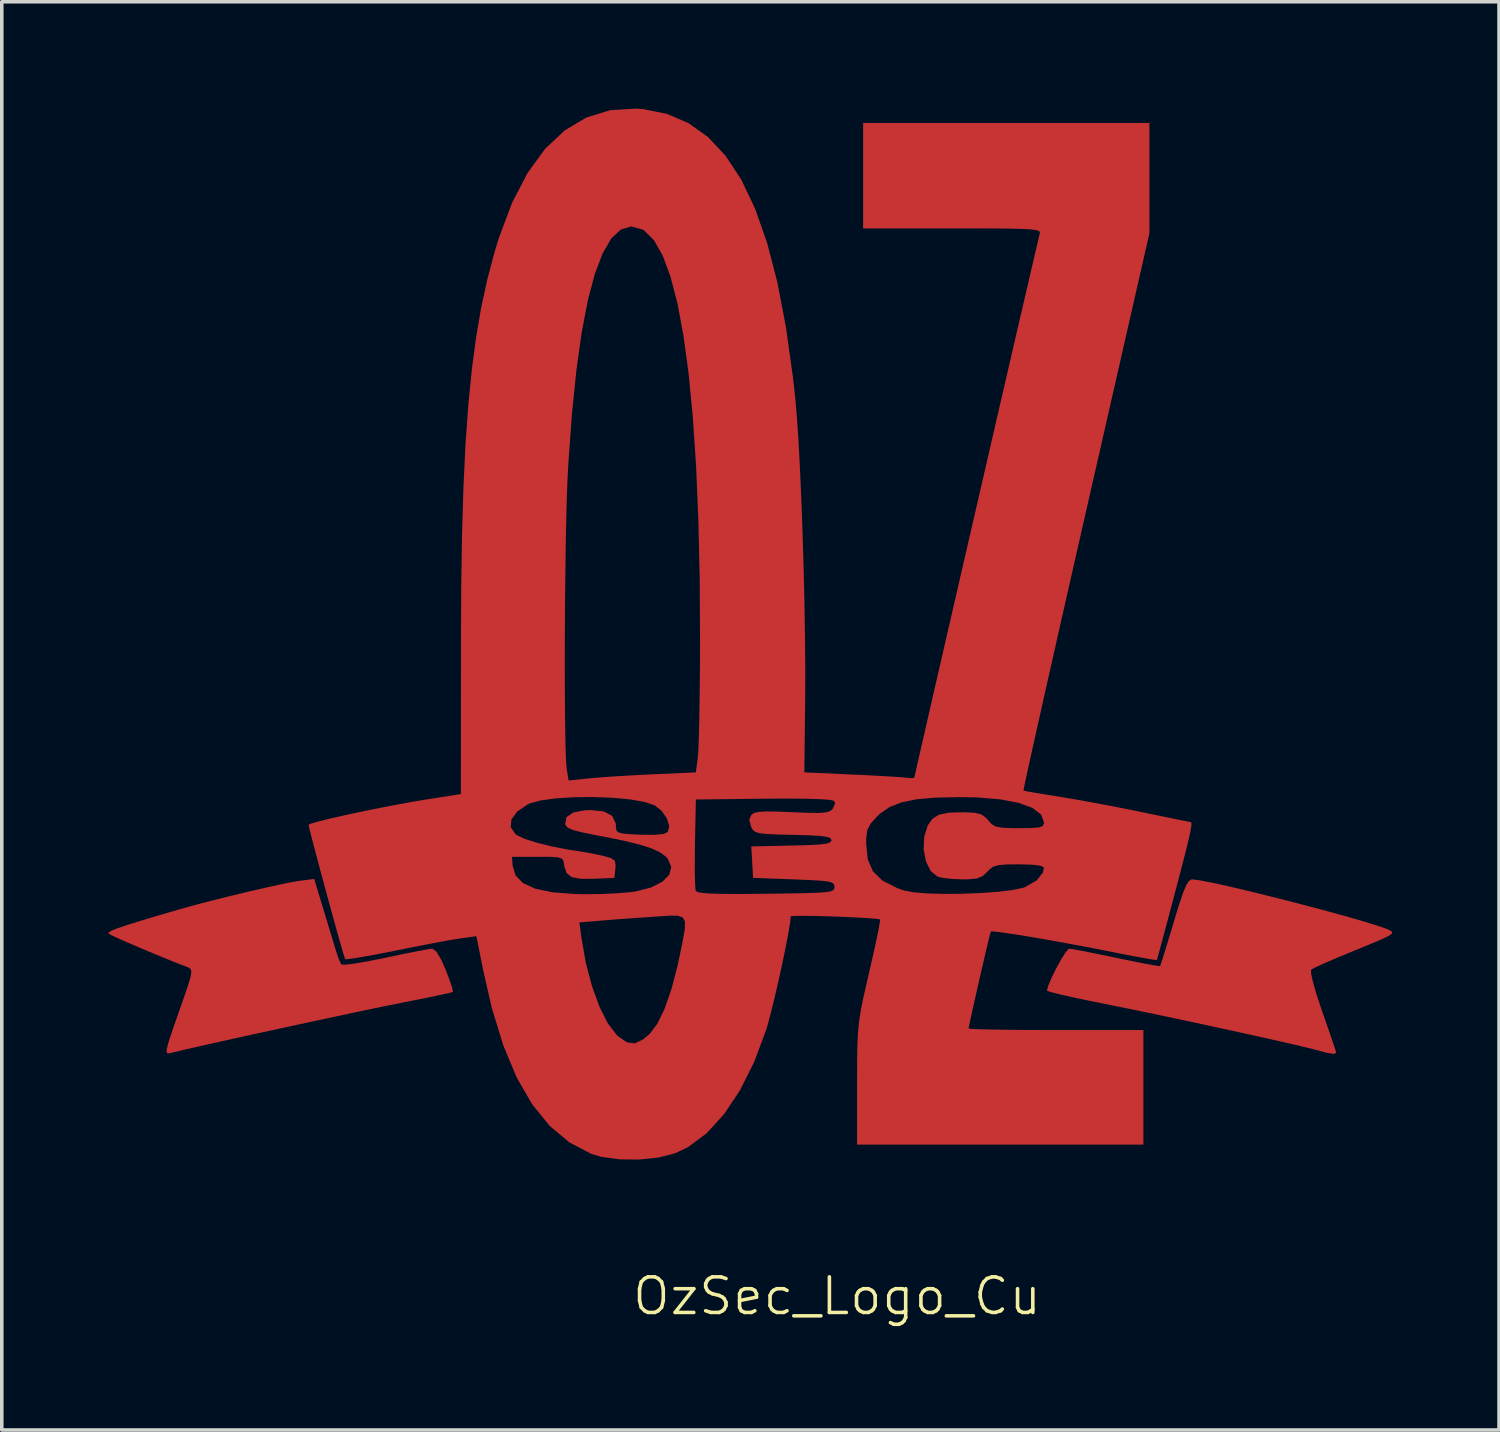
<source format=kicad_pcb>
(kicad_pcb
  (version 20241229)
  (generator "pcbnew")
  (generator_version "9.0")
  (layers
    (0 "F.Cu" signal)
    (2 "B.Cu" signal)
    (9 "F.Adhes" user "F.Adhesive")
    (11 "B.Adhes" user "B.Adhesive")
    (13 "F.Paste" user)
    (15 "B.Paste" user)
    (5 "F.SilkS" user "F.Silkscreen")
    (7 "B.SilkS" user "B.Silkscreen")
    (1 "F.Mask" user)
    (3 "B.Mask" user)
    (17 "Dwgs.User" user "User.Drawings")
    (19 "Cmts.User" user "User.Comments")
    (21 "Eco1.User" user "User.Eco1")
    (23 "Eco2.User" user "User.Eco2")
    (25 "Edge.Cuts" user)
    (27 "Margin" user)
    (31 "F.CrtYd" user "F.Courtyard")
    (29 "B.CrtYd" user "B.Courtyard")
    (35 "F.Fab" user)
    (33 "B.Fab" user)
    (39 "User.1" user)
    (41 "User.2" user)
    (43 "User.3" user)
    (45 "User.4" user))
  (footprint "OzSec_Logo_Cu"
    (layer "F.Cu")
    (at 20.314 18.902)
    (property "Reference" "OzSec_Logo_Cu" (at 0.15 14.46 0) (unlocked yes) (layer "F.SilkS") (effects (font (size 1 1) (thickness 0.1))))
    (attr smd)
    (fp_poly (pts (xy -14.273 3.613) (xy -14.153 4.008) (xy -14.043 4.374) (xy -13.956 4.66) (xy -13.918 4.784) (xy -13.844 4.997) (xy -13.779 5.133) (xy -13.772 5.143) (xy -13.673 5.149) (xy -13.44 5.122) (xy -13.105 5.066) (xy -12.697 4.987) (xy -12.534 4.953) (xy -12.1 4.861) (xy -11.717 4.785) (xy -11.421 4.729) (xy -11.244 4.701) (xy -11.218 4.699) (xy -11.104 4.781) (xy -10.961 5.024) (xy -10.843 5.292) (xy -10.734 5.579) (xy -10.661 5.798) (xy -10.637 5.909) (xy -10.639 5.914) (xy -10.73 5.939) (xy -10.959 5.99) (xy -11.298 6.061) (xy -11.719 6.146) (xy -12.071 6.216) (xy -12.438 6.289) (xy -12.917 6.388) (xy -13.482 6.507) (xy -14.11 6.641) (xy -14.777 6.784) (xy -15.458 6.932) (xy -16.13 7.078) (xy -16.768 7.218) (xy -17.348 7.347) (xy -17.846 7.459) (xy -18.238 7.549) (xy -18.5 7.611) (xy -18.571 7.63) (xy -18.643 7.643) (xy -18.681 7.62) (xy -18.683 7.538) (xy -18.644 7.374) (xy -18.558 7.106) (xy -18.422 6.711) (xy -18.342 6.484) (xy -18.181 6.024) (xy -18.071 5.698) (xy -18.008 5.482) (xy -17.988 5.349) (xy -18.005 5.276) (xy -18.055 5.236) (xy -18.107 5.214) (xy -18.432 5.087) (xy -18.808 4.935) (xy -19.203 4.771) (xy -19.583 4.61) (xy -19.914 4.466) (xy -20.165 4.353) (xy -20.301 4.285) (xy -20.314 4.276) (xy -20.312 4.242) (xy -20.235 4.195) (xy -20.068 4.127) (xy -19.796 4.035) (xy -19.403 3.912) (xy -18.874 3.754) (xy -18.379 3.609) (xy -17.951 3.489) (xy -17.446 3.357) (xy -16.901 3.22) (xy -16.354 3.089) (xy -15.843 2.971) (xy -15.404 2.876) (xy -15.075 2.813) (xy -14.977 2.797) (xy -14.538 2.738)) (stroke (width 0) (type solid)) (fill yes) (layer "F.Cu"))
    (fp_poly (pts (xy 10.316 2.774) (xy 10.643 2.836) (xy 11.079 2.931) (xy 11.599 3.052) (xy 12.177 3.193) (xy 12.785 3.346) (xy 13.399 3.506) (xy 13.991 3.664) (xy 14.535 3.815) (xy 15.006 3.952) (xy 15.376 4.067) (xy 15.62 4.155) (xy 15.684 4.184) (xy 15.738 4.221) (xy 15.747 4.26) (xy 15.692 4.311) (xy 15.553 4.386) (xy 15.313 4.493) (xy 14.951 4.644) (xy 14.514 4.823) (xy 14.135 4.98) (xy 13.812 5.121) (xy 13.579 5.228) (xy 13.469 5.289) (xy 13.467 5.291) (xy 13.466 5.394) (xy 13.518 5.626) (xy 13.613 5.959) (xy 13.746 6.364) (xy 13.784 6.476) (xy 13.926 6.88) (xy 14.044 7.225) (xy 14.13 7.479) (xy 14.172 7.613) (xy 14.175 7.626) (xy 14.101 7.655) (xy 13.893 7.621) (xy 13.71 7.57) (xy 13.514 7.518) (xy 13.176 7.436) (xy 12.721 7.331) (xy 12.173 7.207) (xy 11.555 7.071) (xy 10.894 6.926) (xy 10.211 6.778) (xy 9.532 6.633) (xy 8.882 6.496) (xy 8.283 6.373) (xy 7.76 6.267) (xy 7.677 6.251) (xy 7.177 6.15) (xy 6.739 6.057) (xy 6.388 5.977) (xy 6.15 5.916) (xy 6.049 5.88) (xy 6.047 5.877) (xy 6.084 5.736) (xy 6.179 5.512) (xy 6.308 5.251) (xy 6.447 4.999) (xy 6.572 4.801) (xy 6.658 4.703) (xy 6.67 4.699) (xy 6.789 4.716) (xy 7.042 4.762) (xy 7.395 4.832) (xy 7.815 4.918) (xy 7.993 4.956) (xy 8.421 5.045) (xy 8.786 5.117) (xy 9.057 5.167) (xy 9.206 5.189) (xy 9.225 5.189) (xy 9.255 5.104) (xy 9.325 4.885) (xy 9.425 4.562) (xy 9.546 4.163) (xy 9.607 3.958) (xy 9.754 3.479) (xy 9.867 3.141) (xy 9.957 2.922) (xy 10.032 2.801) (xy 10.102 2.755) (xy 10.126 2.752)) (stroke (width 0) (type solid)) (fill yes) (layer "F.Cu"))
    (fp_poly (pts (xy -5.3 -18.887) (xy -4.631 -18.754) (xy -4.023 -18.493) (xy -3.473 -18.101) (xy -2.979 -17.573) (xy -2.54 -16.905) (xy -2.153 -16.094) (xy -1.816 -15.136) (xy -1.527 -14.026) (xy -1.285 -12.762) (xy -1.086 -11.338) (xy -1.024 -10.773) (xy -0.977 -10.236) (xy -0.932 -9.557) (xy -0.89 -8.764) (xy -0.851 -7.886) (xy -0.817 -6.948) (xy -0.788 -5.98) (xy -0.765 -5.009) (xy -0.75 -4.062) (xy -0.742 -3.168) (xy -0.744 -2.353) (xy -0.746 -2.159) (xy -0.768 -0.254) (xy 0.544 -0.195) (xy 1.017 -0.173) (xy 1.446 -0.15) (xy 1.795 -0.129) (xy 2.028 -0.111) (xy 2.089 -0.104) (xy 2.257 -0.091) (xy 2.322 -0.106) (xy 2.341 -0.193) (xy 2.394 -0.43) (xy 2.479 -0.805) (xy 2.593 -1.302) (xy 2.732 -1.908) (xy 2.892 -2.609) (xy 3.072 -3.39) (xy 3.267 -4.238) (xy 3.474 -5.138) (xy 3.69 -6.076) (xy 3.912 -7.039) (xy 4.136 -8.012) (xy 4.36 -8.981) (xy 4.579 -9.933) (xy 4.791 -10.852) (xy 4.993 -11.726) (xy 5.181 -12.539) (xy 5.353 -13.278) (xy 5.504 -13.929) (xy 5.631 -14.478) (xy 5.732 -14.91) (xy 5.803 -15.212) (xy 5.84 -15.369) (xy 5.845 -15.388) (xy 5.849 -15.43) (xy 5.82 -15.464) (xy 5.74 -15.489) (xy 5.593 -15.508) (xy 5.36 -15.521) (xy 5.025 -15.529) (xy 4.57 -15.534) (xy 3.976 -15.536) (xy 3.386 -15.536) (xy 0.883 -15.536) (xy 0.883 -17.018) (xy 0.883 -18.499) (xy 4.904 -18.499) (xy 8.926 -18.499) (xy 8.926 -16.95) (xy 8.926 -15.401) (xy 7.145 -7.584) (xy 6.89 -6.463) (xy 6.646 -5.389) (xy 6.416 -4.375) (xy 6.203 -3.431) (xy 6.009 -2.569) (xy 5.837 -1.8) (xy 5.688 -1.136) (xy 5.567 -0.587) (xy 5.475 -0.167) (xy 5.415 0.116) (xy 5.389 0.247) (xy 5.388 0.256) (xy 5.476 0.277) (xy 5.697 0.317) (xy 6.016 0.369) (xy 6.344 0.421) (xy 6.766 0.491) (xy 7.296 0.586) (xy 7.878 0.695) (xy 8.453 0.809) (xy 8.67 0.854) (xy 9.132 0.949) (xy 9.532 1.032) (xy 9.843 1.095) (xy 10.036 1.134) (xy 10.088 1.143) (xy 10.107 1.169) (xy 10.103 1.258) (xy 10.073 1.427) (xy 10.013 1.693) (xy 9.919 2.072) (xy 9.787 2.583) (xy 9.631 3.175) (xy 9.491 3.703) (xy 9.365 4.173) (xy 9.261 4.561) (xy 9.184 4.844) (xy 9.141 4.997) (xy 9.134 5.018) (xy 9.051 5.01) (xy 8.829 4.973) (xy 8.494 4.911) (xy 8.073 4.83) (xy 7.647 4.746) (xy 7.105 4.64) (xy 6.553 4.537) (xy 6.017 4.441) (xy 5.522 4.356) (xy 5.094 4.288) (xy 4.759 4.239) (xy 4.542 4.215) (xy 4.47 4.217) (xy 4.446 4.3) (xy 4.394 4.515) (xy 4.32 4.828) (xy 4.232 5.206) (xy 4.138 5.614) (xy 4.046 6.019) (xy 3.963 6.389) (xy 3.897 6.688) (xy 3.856 6.883) (xy 3.846 6.941) (xy 3.927 6.953) (xy 4.157 6.963) (xy 4.513 6.971) (xy 4.976 6.978) (xy 5.524 6.983) (xy 6.136 6.985) (xy 6.301 6.985) (xy 8.757 6.985) (xy 8.757 8.594) (xy 8.757 10.203) (xy 4.735 10.203) (xy 0.713 10.203) (xy 0.713 8.512) (xy 0.714 7.931) (xy 0.72 7.479) (xy 0.735 7.113) (xy 0.764 6.793) (xy 0.81 6.478) (xy 0.879 6.125) (xy 0.976 5.695) (xy 1.052 5.365) (xy 1.16 4.893) (xy 1.25 4.482) (xy 1.317 4.158) (xy 1.355 3.948) (xy 1.361 3.879) (xy 1.267 3.861) (xy 1.043 3.842) (xy 0.726 3.823) (xy 0.351 3.806) (xy -0.046 3.791) (xy -0.43 3.781) (xy -0.764 3.776) (xy -1.013 3.777) (xy -1.14 3.786) (xy -1.149 3.791) (xy -1.169 3.974) (xy -1.221 4.285) (xy -1.299 4.69) (xy -1.395 5.151) (xy -1.501 5.635) (xy -1.61 6.104) (xy -1.714 6.524) (xy -1.804 6.859) (xy -1.836 6.965) (xy -2.175 7.875) (xy -2.574 8.673) (xy -3.023 9.347) (xy -3.515 9.886) (xy -4.039 10.276) (xy -4.391 10.443) (xy -4.863 10.565) (xy -5.411 10.623) (xy -5.971 10.616) (xy -6.48 10.545) (xy -6.75 10.464) (xy -7.366 10.142) (xy -7.919 9.68) (xy -8.412 9.074) (xy -8.847 8.321) (xy -9.225 7.416) (xy -9.55 6.357) (xy -9.79 5.307) (xy -9.981 4.348) (xy -10.412 4.407) (xy -10.643 4.444) (xy -11.001 4.508) (xy -11.445 4.592) (xy -11.937 4.689) (xy -12.236 4.749) (xy -12.699 4.841) (xy -13.101 4.916) (xy -13.415 4.968) (xy -13.613 4.995) (xy -13.667 4.994) (xy -13.697 4.907) (xy -13.763 4.685) (xy -13.857 4.356) (xy -13.967 3.962) (xy -7.088 3.962) (xy -7.03 4.394) (xy -6.906 5.098) (xy -6.734 5.751) (xy -6.526 6.324) (xy -6.293 6.789) (xy -6.043 7.118) (xy -6 7.159) (xy -5.754 7.329) (xy -5.533 7.36) (xy -5.297 7.247) (xy -5.112 7.091) (xy -4.9 6.812) (xy -4.693 6.385) (xy -4.5 5.831) (xy -4.329 5.174) (xy -4.285 4.967) (xy -4.186 4.489) (xy -4.127 4.154) (xy -4.121 3.939) (xy -4.184 3.82) (xy -4.328 3.772) (xy -4.569 3.772) (xy -4.921 3.796) (xy -4.98 3.8) (xy -5.436 3.831) (xy -5.912 3.865) (xy -6.33 3.898) (xy -6.468 3.909) (xy -7.088 3.962) (xy -13.967 3.962) (xy -13.971 3.947) (xy -14.097 3.488) (xy -14.229 3.007) (xy -14.357 2.531) (xy -14.475 2.089) (xy -14.575 1.709) (xy -14.649 1.42) (xy -14.681 1.287) (xy -9.017 1.287) (xy -8.885 1.479) (xy -8.833 1.516) (xy -8.613 1.617) (xy -8.272 1.725) (xy -7.858 1.828) (xy -7.417 1.913) (xy -7.203 1.946) (xy -6.86 2.001) (xy -6.512 2.07) (xy -6.415 2.092) (xy -6.19 2.157) (xy -6.089 2.235) (xy -6.07 2.368) (xy -6.077 2.446) (xy -6.102 2.71) (xy -6.681 2.735) (xy -7.061 2.735) (xy -7.306 2.687) (xy -7.445 2.577) (xy -7.509 2.39) (xy -7.515 2.344) (xy -7.534 2.234) (xy -7.582 2.167) (xy -7.693 2.132) (xy -7.904 2.119) (xy -8.247 2.117) (xy -8.261 2.117) (xy -8.981 2.117) (xy -8.963 2.366) (xy -8.88 2.642) (xy -8.67 2.857) (xy -8.326 3.014) (xy -7.839 3.115) (xy -7.201 3.164) (xy -6.907 3.169) (xy -6.467 3.163) (xy -6.027 3.142) (xy -5.655 3.111) (xy -5.51 3.091) (xy -5.078 2.981) (xy -4.757 2.819) (xy -4.563 2.621) (xy -4.506 2.402) (xy -4.602 2.177) (xy -3.845 2.177) (xy -3.845 2.565) (xy -3.838 2.864) (xy -3.826 3.04) (xy -3.821 3.067) (xy -3.774 3.104) (xy -3.653 3.131) (xy -3.44 3.149) (xy -3.118 3.159) (xy -2.668 3.162) (xy -2.072 3.158) (xy -1.85 3.156) (xy -1.231 3.148) (xy -0.761 3.139) (xy -0.419 3.128) (xy -0.185 3.113) (xy -0.039 3.09) (xy 0.04 3.059) (xy 0.072 3.017) (xy 0.078 2.964) (xy 0.068 2.895) (xy 0.019 2.846) (xy -0.094 2.813) (xy -0.299 2.789) (xy -0.621 2.77) (xy -1.065 2.752) (xy -2.208 2.71) (xy -2.233 2.268) (xy -2.259 1.826) (xy -1.132 1.802) (xy -0.667 1.789) (xy -0.345 1.772) (xy -0.15 1.747) (xy 0.968 1.747) (xy 1.013 2.188) (xy 1.16 2.527) (xy 1.429 2.788) (xy 1.84 2.996) (xy 2.026 3.062) (xy 2.29 3.114) (xy 2.68 3.146) (xy 3.154 3.16) (xy 3.672 3.156) (xy 4.194 3.135) (xy 4.68 3.1) (xy 5.088 3.05) (xy 5.38 2.987) (xy 5.436 2.967) (xy 5.759 2.781) (xy 5.934 2.56) (xy 5.963 2.419) (xy 5.881 2.371) (xy 5.648 2.34) (xy 5.282 2.329) (xy 5.258 2.329) (xy 4.905 2.333) (xy 4.678 2.353) (xy 4.532 2.399) (xy 4.424 2.482) (xy 4.37 2.54) (xy 4.238 2.663) (xy 4.078 2.727) (xy 3.833 2.75) (xy 3.683 2.752) (xy 3.37 2.739) (xy 3.099 2.705) (xy 2.973 2.673) (xy 2.781 2.517) (xy 2.648 2.247) (xy 2.584 1.912) (xy 2.598 1.56) (xy 2.698 1.237) (xy 2.702 1.23) (xy 2.835 1.045) (xy 3.024 0.931) (xy 3.307 0.876) (xy 3.717 0.866) (xy 4.016 0.881) (xy 4.203 0.926) (xy 4.334 1.021) (xy 4.397 1.093) (xy 4.497 1.202) (xy 4.611 1.267) (xy 4.782 1.3) (xy 5.055 1.312) (xy 5.267 1.313) (xy 5.611 1.309) (xy 5.818 1.293) (xy 5.924 1.257) (xy 5.96 1.192) (xy 5.963 1.149) (xy 5.881 0.928) (xy 5.643 0.745) (xy 5.257 0.603) (xy 4.732 0.503) (xy 4.077 0.449) (xy 3.592 0.44) (xy 2.914 0.455) (xy 2.377 0.503) (xy 1.957 0.59) (xy 1.628 0.72) (xy 1.364 0.901) (xy 1.286 0.974) (xy 1.096 1.182) (xy 1.001 1.362) (xy 0.97 1.593) (xy 0.968 1.747) (xy -0.15 1.747) (xy -0.145 1.747) (xy -0.04 1.71) (xy -0.007 1.659) (xy -0.006 1.651) (xy -0.033 1.597) (xy -0.129 1.559) (xy -0.32 1.532) (xy -0.63 1.514) (xy -1.084 1.501) (xy -1.089 1.501) (xy -1.534 1.49) (xy -1.84 1.475) (xy -2.036 1.453) (xy -2.152 1.415) (xy -2.218 1.357) (xy -2.264 1.273) (xy -2.265 1.27) (xy -2.316 1.075) (xy -2.257 0.94) (xy -2.183 0.887) (xy -2.049 0.856) (xy -1.826 0.844) (xy -1.486 0.849) (xy -1.121 0.864) (xy -0.679 0.882) (xy -0.374 0.886) (xy -0.177 0.872) (xy -0.057 0.839) (xy 0.018 0.784) (xy 0.029 0.771) (xy 0.097 0.614) (xy 0.065 0.545) (xy -0.047 0.519) (xy -0.312 0.499) (xy -0.715 0.486) (xy -1.239 0.482) (xy -1.869 0.485) (xy -1.917 0.485) (xy -3.816 0.508) (xy -3.84 1.732) (xy -3.845 2.177) (xy -4.602 2.177) (xy -4.602 2.176) (xy -4.655 2.117) (xy -4.816 1.995) (xy -5.054 1.883) (xy -5.391 1.775) (xy -5.848 1.664) (xy -6.446 1.542) (xy -6.61 1.512) (xy -7.005 1.433) (xy -7.261 1.367) (xy -7.409 1.303) (xy -7.476 1.229) (xy -7.487 1.191) (xy -7.449 1.004) (xy -7.261 0.874) (xy -6.936 0.811) (xy -6.769 0.805) (xy -6.398 0.844) (xy -6.167 0.967) (xy -6.066 1.181) (xy -6.06 1.27) (xy -6.05 1.369) (xy -5.998 1.43) (xy -5.869 1.465) (xy -5.63 1.485) (xy -5.375 1.497) (xy -4.968 1.501) (xy -4.714 1.473) (xy -4.603 1.419) (xy -4.564 1.254) (xy -4.631 1.037) (xy -4.778 0.824) (xy -4.971 0.672) (xy -5.256 0.576) (xy -5.667 0.504) (xy -6.162 0.459) (xy -6.701 0.438) (xy -7.244 0.444) (xy -7.75 0.476) (xy -8.178 0.535) (xy -8.488 0.62) (xy -8.534 0.642) (xy -8.835 0.847) (xy -8.998 1.07) (xy -9.017 1.287) (xy -14.681 1.287) (xy -14.69 1.25) (xy -14.695 1.219) (xy -14.617 1.182) (xy -14.399 1.12) (xy -14.07 1.039) (xy -13.656 0.945) (xy -13.186 0.845) (xy -12.686 0.743) (xy -12.184 0.647) (xy -11.707 0.56) (xy -11.349 0.501) (xy -10.416 0.355) (xy -10.415 -3.333) (xy -7.498 -3.333) (xy -7.496 -2.614) (xy -7.492 -1.956) (xy -7.485 -1.379) (xy -7.475 -0.907) (xy -7.461 -0.559) (xy -7.445 -0.358) (xy -7.444 -0.352) (xy -7.39 -0.027) (xy -6.789 -0.088) (xy -6.471 -0.115) (xy -6.038 -0.145) (xy -5.546 -0.174) (xy -5.048 -0.199) (xy -5.002 -0.201) (xy -3.816 -0.254) (xy -3.76 -0.677) (xy -3.746 -0.865) (xy -3.733 -1.198) (xy -3.721 -1.652) (xy -3.712 -2.203) (xy -3.704 -2.827) (xy -3.699 -3.499) (xy -3.698 -3.852) (xy -3.707 -5.664) (xy -3.745 -7.331) (xy -3.809 -8.853) (xy -3.9 -10.225) (xy -4.018 -11.446) (xy -4.162 -12.514) (xy -4.332 -13.426) (xy -4.528 -14.181) (xy -4.749 -14.775) (xy -4.994 -15.206) (xy -5.265 -15.473) (xy -5.324 -15.507) (xy -5.634 -15.59) (xy -5.923 -15.505) (xy -6.189 -15.255) (xy -6.432 -14.84) (xy -6.652 -14.262) (xy -6.849 -13.521) (xy -7.022 -12.619) (xy -7.171 -11.557) (xy -7.296 -10.336) (xy -7.396 -8.957) (xy -7.412 -8.678) (xy -7.431 -8.25) (xy -7.448 -7.711) (xy -7.463 -7.081) (xy -7.475 -6.383) (xy -7.484 -5.637) (xy -7.492 -4.866) (xy -7.496 -4.091) (xy -7.498 -3.333) (xy -10.415 -3.333) (xy -10.415 -3.844) (xy -10.407 -5.473) (xy -10.384 -6.946) (xy -10.344 -8.279) (xy -10.286 -9.484) (xy -10.208 -10.577) (xy -10.109 -11.571) (xy -9.989 -12.479) (xy -9.845 -13.317) (xy -9.676 -14.096) (xy -9.481 -14.833) (xy -9.348 -15.272) (xy -8.977 -16.259) (xy -8.545 -17.091) (xy -8.053 -17.768) (xy -7.501 -18.288) (xy -6.892 -18.651) (xy -6.225 -18.856) (xy -5.502 -18.902)) (stroke (width 0) (type solid)) (fill yes) (layer "F.Cu")))
  (gr_rect
    (start -3 -3)
    (end 39.061 37.122)
    (stroke (width 0.1) (type default))
    (fill no)
    (layer "Edge.Cuts")))
</source>
